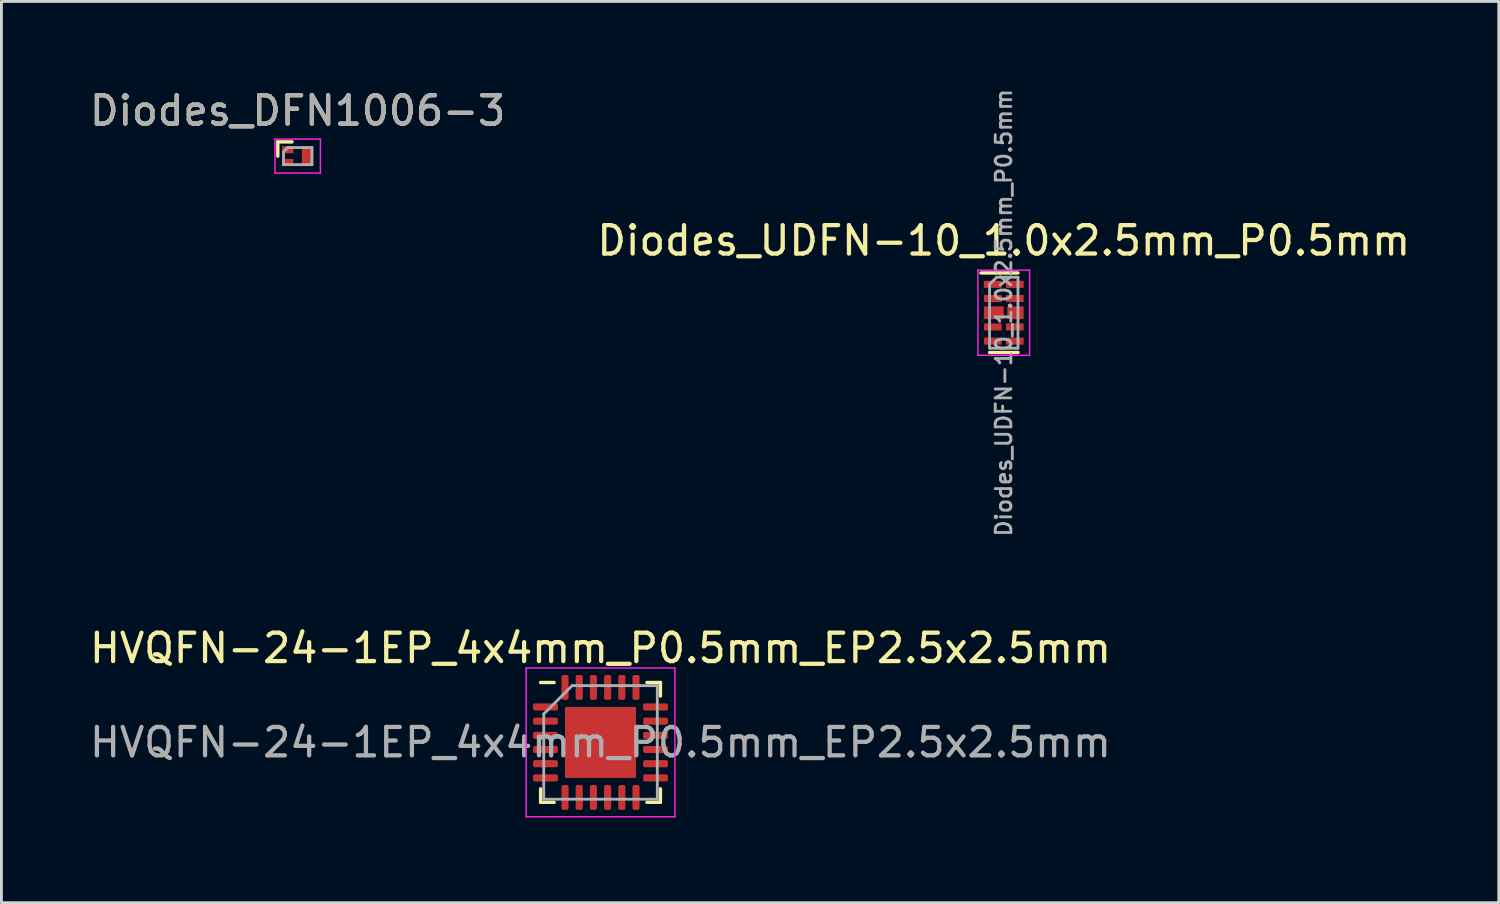
<source format=kicad_pcb>
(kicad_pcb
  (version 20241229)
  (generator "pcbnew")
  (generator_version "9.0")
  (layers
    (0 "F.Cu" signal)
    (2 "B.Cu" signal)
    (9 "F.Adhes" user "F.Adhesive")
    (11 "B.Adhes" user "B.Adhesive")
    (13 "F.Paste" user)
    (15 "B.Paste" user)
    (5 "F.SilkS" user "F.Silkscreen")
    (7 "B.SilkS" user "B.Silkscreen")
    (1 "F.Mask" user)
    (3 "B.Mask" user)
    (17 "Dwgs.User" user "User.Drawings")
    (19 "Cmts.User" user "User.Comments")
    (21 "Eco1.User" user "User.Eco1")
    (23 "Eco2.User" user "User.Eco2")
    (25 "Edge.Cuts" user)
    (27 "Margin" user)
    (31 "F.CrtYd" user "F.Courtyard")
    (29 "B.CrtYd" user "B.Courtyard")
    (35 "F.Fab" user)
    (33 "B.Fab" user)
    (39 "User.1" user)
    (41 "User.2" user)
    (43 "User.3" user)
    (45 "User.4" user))
  (footprint "Diodes_UDFN-10_1.0x2.5mm_P0.5mm"
    (layer "F.Cu")
    (at 32.304 7.965)
    (property "Reference" "Diodes_UDFN-10_1.0x2.5mm_P0.5mm" (at 0 -2.54 0) (layer "F.SilkS") (effects (font (size 1 1) (thickness 0.15))))
    (attr smd)
    (fp_line (start 0.5 -1.4) (end -0.8 -1.4) (stroke (width 0.12) (type solid)) (layer "F.SilkS"))
    (fp_line (start 0.5 1.4) (end -0.5 1.4) (stroke (width 0.12) (type solid)) (layer "F.SilkS"))
    (fp_line (start -0.91 -1.5) (end 0.91 -1.5) (stroke (width 0.05) (type solid)) (layer "F.CrtYd"))
    (fp_line (start -0.91 1.5) (end -0.91 -1.5) (stroke (width 0.05) (type solid)) (layer "F.CrtYd"))
    (fp_line (start 0.91 -1.5) (end 0.91 1.5) (stroke (width 0.05) (type solid)) (layer "F.CrtYd"))
    (fp_line (start 0.91 1.5) (end -0.91 1.5) (stroke (width 0.05) (type solid)) (layer "F.CrtYd"))
    (fp_line (start -0.5 -1) (end -0.5 1.25) (stroke (width 0.1) (type solid)) (layer "F.Fab"))
    (fp_line (start -0.5 1.25) (end 0.5 1.25) (stroke (width 0.1) (type solid)) (layer "F.Fab"))
    (fp_line (start -0.25 -1.25) (end -0.5 -1) (stroke (width 0.1) (type solid)) (layer "F.Fab"))
    (fp_line (start 0.5 -1.25) (end -0.25 -1.25) (stroke (width 0.1) (type solid)) (layer "F.Fab"))
    (fp_line (start 0.5 -1.25) (end 0.5 1.25) (stroke (width 0.1) (type solid)) (layer "F.Fab"))
    (fp_text user "${REFERENCE}" (at 0 0 90) (layer "F.Fab") (effects (font (size 0.55 0.55) (thickness 0.1))))
    (pad "1" smd rect (at -0.388 -1 270) (size 0.25 0.625) (layers "F.Cu" "F.Mask" "F.Paste"))
    (pad "2" smd rect (at -0.388 -0.5 270) (size 0.25 0.625) (layers "F.Cu" "F.Mask" "F.Paste"))
    (pad "3" smd rect (at -0.35 0 270) (size 0.45 0.7) (layers "F.Cu" "F.Mask" "F.Paste"))
    (pad "4" smd rect (at -0.388 0.5 270) (size 0.25 0.625) (layers "F.Cu" "F.Mask" "F.Paste"))
    (pad "5" smd rect (at -0.388 1 270) (size 0.25 0.625) (layers "F.Cu" "F.Mask" "F.Paste"))
    (pad "6" smd rect (at 0.388 1 270) (size 0.25 0.625) (layers "F.Cu" "F.Mask" "F.Paste"))
    (pad "7" smd rect (at 0.388 0.5 270) (size 0.25 0.625) (layers "F.Cu" "F.Mask" "F.Paste"))
    (pad "8" smd rect (at 0.412 0 270) (size 0.45 0.575) (layers "F.Cu" "F.Mask" "F.Paste"))
    (pad "9" smd rect (at 0.388 -0.5 270) (size 0.25 0.625) (layers "F.Cu" "F.Mask" "F.Paste"))
    (pad "10" smd rect (at 0.388 -1 270) (size 0.25 0.625) (layers "F.Cu" "F.Mask" "F.Paste")))
  (footprint "HVQFN-24-1EP_4x4mm_P0.5mm_EP2.5x2.5mm"
    (layer "F.Cu")
    (at 18.101 23.099)
    (property "Reference" "HVQFN-24-1EP_4x4mm_P0.5mm_EP2.5x2.5mm" (at 0 -3.32 0) (layer "F.SilkS") (effects (font (size 1 1) (thickness 0.15))))
    (attr smd)
    (fp_line (start -2.11 2.11) (end -2.11 1.635) (stroke (width 0.12) (type solid)) (layer "F.SilkS"))
    (fp_line (start -1.635 -2.11) (end -2.11 -2.11) (stroke (width 0.12) (type solid)) (layer "F.SilkS"))
    (fp_line (start -1.635 2.11) (end -2.11 2.11) (stroke (width 0.12) (type solid)) (layer "F.SilkS"))
    (fp_line (start 1.635 -2.11) (end 2.11 -2.11) (stroke (width 0.12) (type solid)) (layer "F.SilkS"))
    (fp_line (start 1.635 2.11) (end 2.11 2.11) (stroke (width 0.12) (type solid)) (layer "F.SilkS"))
    (fp_line (start 2.11 -2.11) (end 2.11 -1.635) (stroke (width 0.12) (type solid)) (layer "F.SilkS"))
    (fp_line (start 2.11 2.11) (end 2.11 1.635) (stroke (width 0.12) (type solid)) (layer "F.SilkS"))
    (fp_line (start -2.62 -2.62) (end -2.62 2.62) (stroke (width 0.05) (type solid)) (layer "F.CrtYd"))
    (fp_line (start -2.62 2.62) (end 2.62 2.62) (stroke (width 0.05) (type solid)) (layer "F.CrtYd"))
    (fp_line (start 2.62 -2.62) (end -2.62 -2.62) (stroke (width 0.05) (type solid)) (layer "F.CrtYd"))
    (fp_line (start 2.62 2.62) (end 2.62 -2.62) (stroke (width 0.05) (type solid)) (layer "F.CrtYd"))
    (fp_line (start -2 -1) (end -1 -2) (stroke (width 0.1) (type solid)) (layer "F.Fab"))
    (fp_line (start -2 2) (end -2 -1) (stroke (width 0.1) (type solid)) (layer "F.Fab"))
    (fp_line (start -1 -2) (end 2 -2) (stroke (width 0.1) (type solid)) (layer "F.Fab"))
    (fp_line (start 2 -2) (end 2 2) (stroke (width 0.1) (type solid)) (layer "F.Fab"))
    (fp_line (start 2 2) (end -2 2) (stroke (width 0.1) (type solid)) (layer "F.Fab"))
    (fp_text user "${REFERENCE}" (at 0 0 0) (layer "F.Fab") (effects (font (size 1 1) (thickness 0.15))))
    (pad "" smd roundrect (at -0.625 -0.625) (size 1.01 1.01) (layers "F.Paste") (roundrect_rratio 0.248))
    (pad "" smd roundrect (at -0.625 0.625) (size 1.01 1.01) (layers "F.Paste") (roundrect_rratio 0.248))
    (pad "" smd roundrect (at 0.625 -0.625) (size 1.01 1.01) (layers "F.Paste") (roundrect_rratio 0.248))
    (pad "" smd roundrect (at 0.625 0.625) (size 1.01 1.01) (layers "F.Paste") (roundrect_rratio 0.248))
    (pad "1" smd roundrect (at -1.938 -1.25) (size 0.875 0.25) (layers "F.Cu" "F.Mask" "F.Paste") (roundrect_rratio 0.25))
    (pad "2" smd roundrect (at -1.938 -0.75) (size 0.875 0.25) (layers "F.Cu" "F.Mask" "F.Paste") (roundrect_rratio 0.25))
    (pad "3" smd roundrect (at -1.938 -0.25) (size 0.875 0.25) (layers "F.Cu" "F.Mask" "F.Paste") (roundrect_rratio 0.25))
    (pad "4" smd roundrect (at -1.938 0.25) (size 0.875 0.25) (layers "F.Cu" "F.Mask" "F.Paste") (roundrect_rratio 0.25))
    (pad "5" smd roundrect (at -1.938 0.75) (size 0.875 0.25) (layers "F.Cu" "F.Mask" "F.Paste") (roundrect_rratio 0.25))
    (pad "6" smd roundrect (at -1.938 1.25) (size 0.875 0.25) (layers "F.Cu" "F.Mask" "F.Paste") (roundrect_rratio 0.25))
    (pad "7" smd roundrect (at -1.25 1.938) (size 0.25 0.875) (layers "F.Cu" "F.Mask" "F.Paste") (roundrect_rratio 0.25))
    (pad "8" smd roundrect (at -0.75 1.938) (size 0.25 0.875) (layers "F.Cu" "F.Mask" "F.Paste") (roundrect_rratio 0.25))
    (pad "9" smd roundrect (at -0.25 1.938) (size 0.25 0.875) (layers "F.Cu" "F.Mask" "F.Paste") (roundrect_rratio 0.25))
    (pad "10" smd roundrect (at 0.25 1.938) (size 0.25 0.875) (layers "F.Cu" "F.Mask" "F.Paste") (roundrect_rratio 0.25))
    (pad "11" smd roundrect (at 0.75 1.938) (size 0.25 0.875) (layers "F.Cu" "F.Mask" "F.Paste") (roundrect_rratio 0.25))
    (pad "12" smd roundrect (at 1.25 1.938) (size 0.25 0.875) (layers "F.Cu" "F.Mask" "F.Paste") (roundrect_rratio 0.25))
    (pad "13" smd roundrect (at 1.938 1.25) (size 0.875 0.25) (layers "F.Cu" "F.Mask" "F.Paste") (roundrect_rratio 0.25))
    (pad "14" smd roundrect (at 1.938 0.75) (size 0.875 0.25) (layers "F.Cu" "F.Mask" "F.Paste") (roundrect_rratio 0.25))
    (pad "15" smd roundrect (at 1.938 0.25) (size 0.875 0.25) (layers "F.Cu" "F.Mask" "F.Paste") (roundrect_rratio 0.25))
    (pad "16" smd roundrect (at 1.938 -0.25) (size 0.875 0.25) (layers "F.Cu" "F.Mask" "F.Paste") (roundrect_rratio 0.25))
    (pad "17" smd roundrect (at 1.938 -0.75) (size 0.875 0.25) (layers "F.Cu" "F.Mask" "F.Paste") (roundrect_rratio 0.25))
    (pad "18" smd roundrect (at 1.938 -1.25) (size 0.875 0.25) (layers "F.Cu" "F.Mask" "F.Paste") (roundrect_rratio 0.25))
    (pad "19" smd roundrect (at 1.25 -1.938) (size 0.25 0.875) (layers "F.Cu" "F.Mask" "F.Paste") (roundrect_rratio 0.25))
    (pad "20" smd roundrect (at 0.75 -1.938) (size 0.25 0.875) (layers "F.Cu" "F.Mask" "F.Paste") (roundrect_rratio 0.25))
    (pad "21" smd roundrect (at 0.25 -1.938) (size 0.25 0.875) (layers "F.Cu" "F.Mask" "F.Paste") (roundrect_rratio 0.25))
    (pad "22" smd roundrect (at -0.25 -1.938) (size 0.25 0.875) (layers "F.Cu" "F.Mask" "F.Paste") (roundrect_rratio 0.25))
    (pad "23" smd roundrect (at -0.75 -1.938) (size 0.25 0.875) (layers "F.Cu" "F.Mask" "F.Paste") (roundrect_rratio 0.25))
    (pad "24" smd roundrect (at -1.25 -1.938) (size 0.25 0.875) (layers "F.Cu" "F.Mask" "F.Paste") (roundrect_rratio 0.25))
    (pad "25" smd rect (at 0 0) (size 2.5 2.5) (layers "F.Cu" "F.Mask")))
  (footprint "Diodes_DFN1006-3"
    (layer "F.Cu")
    (at 7.435 2.448)
    (property "Reference" "Diodes_DFN1006-3" (at 0 -1.6 0) (layer "F.SilkS") (effects (font (size 1 1) (thickness 0.15))))
    (attr smd)
    (fp_line (start -0.7 -0.5) (end -0.7 0) (stroke (width 0.12) (type solid)) (layer "F.SilkS"))
    (fp_line (start -0.2 -0.5) (end -0.7 -0.5) (stroke (width 0.12) (type solid)) (layer "F.SilkS"))
    (fp_line (start -0.8 -0.6) (end 0.8 -0.6) (stroke (width 0.05) (type solid)) (layer "F.CrtYd"))
    (fp_line (start -0.8 0.6) (end -0.8 -0.6) (stroke (width 0.05) (type solid)) (layer "F.CrtYd"))
    (fp_line (start 0.8 -0.6) (end 0.8 0.6) (stroke (width 0.05) (type solid)) (layer "F.CrtYd"))
    (fp_line (start 0.8 0.6) (end -0.8 0.6) (stroke (width 0.05) (type solid)) (layer "F.CrtYd"))
    (fp_line (start -0.5 0.3) (end -0.5 -0.15) (stroke (width 0.1) (type solid)) (layer "F.Fab"))
    (fp_line (start -0.35 -0.3) (end -0.5 -0.15) (stroke (width 0.1) (type solid)) (layer "F.Fab"))
    (fp_line (start -0.35 -0.3) (end 0.5 -0.3) (stroke (width 0.1) (type solid)) (layer "F.Fab"))
    (fp_line (start 0.5 -0.3) (end 0.5 0.3) (stroke (width 0.1) (type solid)) (layer "F.Fab"))
    (fp_line (start 0.5 0.3) (end -0.5 0.3) (stroke (width 0.1) (type solid)) (layer "F.Fab"))
    (fp_text user "${REFERENCE}" (at 0 -1.6 0) (layer "F.Fab") (effects (font (size 1 1) (thickness 0.15))))
    (pad "1" smd rect (at -0.35 -0.225 270) (size 0.25 0.4) (layers "F.Cu" "F.Mask" "F.Paste"))
    (pad "2" smd rect (at -0.35 0.225 270) (size 0.25 0.4) (layers "F.Cu" "F.Mask" "F.Paste"))
    (pad "3" smd rect (at 0.35 0 270) (size 0.7 0.4) (layers "F.Cu" "F.Mask" "F.Paste")))
  (gr_rect
    (start -3 -3)
    (end 49.738 28.744)
    (stroke (width 0.1) (type default))
    (fill no)
    (layer "Edge.Cuts")))
</source>
